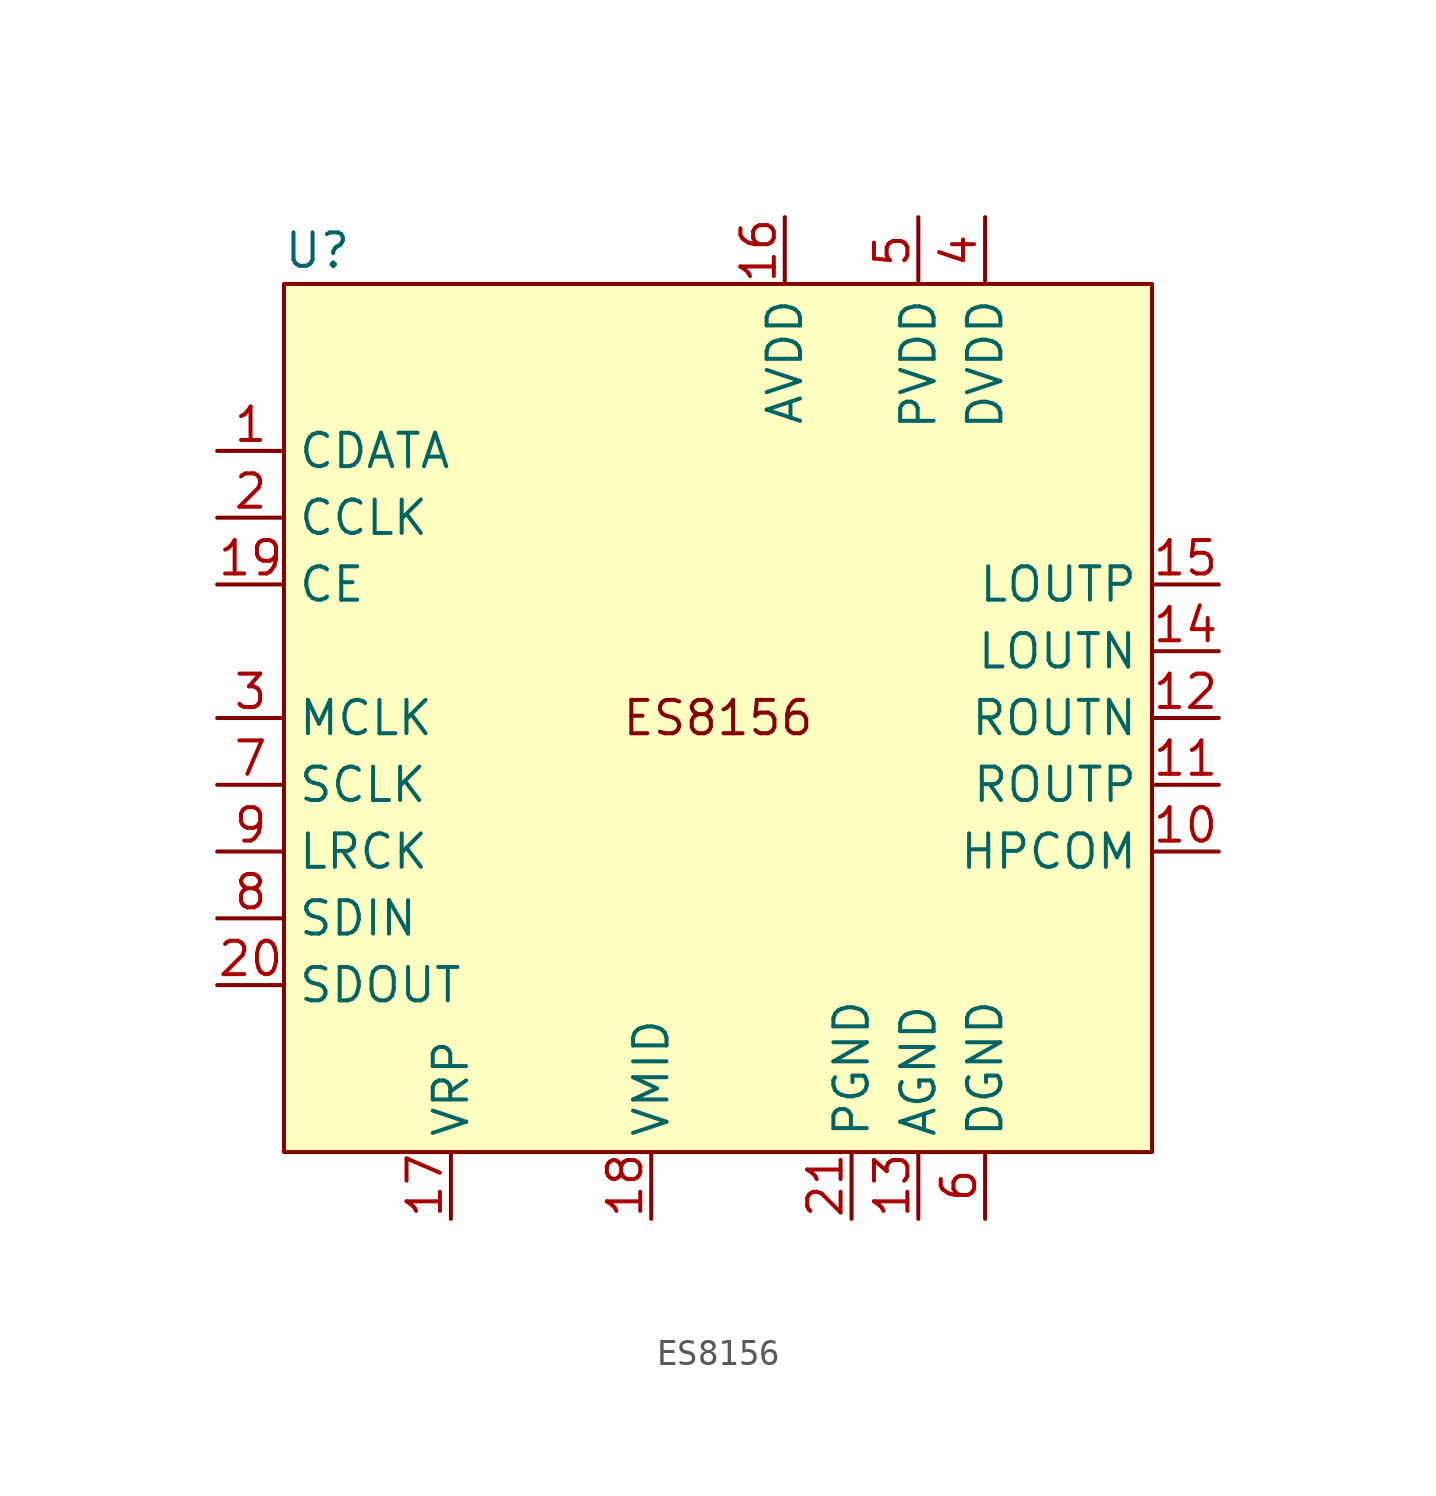
<source format=kicad_sym>
(kicad_symbol_lib
  (version 20231120)
  (generator "kicad_symbol_editor")
  (generator_version "8.0")
  (symbol "ES8156"
    (property "Reference" "U"
      (at -15.24 17.78 0)
      (effects (font (size 1.27 1.27))))
    (property "Value" ""
      (at 0 0 0)
      (effects (font (size 1.27 1.27))))
    (symbol "ES8156_1_1"
      (rectangle (start -16.51 16.51) (end 16.51 -16.51) (stroke (width 0) (type default)) (fill (type background)))
      (text "ES8156" (at 0 0 0) (effects (font (size 1.27 1.27))))
      (pin input line (at -19.05 10.16 0) (length 2.54) (name "CDATA" (effects (font (size 1.27 1.27)))) (number "1" (effects (font (size 1.27 1.27)))))
      (pin output line (at 19.05 -5.08 180) (length 2.54) (name "HPCOM" (effects (font (size 1.27 1.27)))) (number "10" (effects (font (size 1.27 1.27)))))
      (pin output line (at 19.05 -2.54 180) (length 2.54) (name "ROUTP" (effects (font (size 1.27 1.27)))) (number "11" (effects (font (size 1.27 1.27)))))
      (pin output line (at 19.05 0 180) (length 2.54) (name "ROUTN" (effects (font (size 1.27 1.27)))) (number "12" (effects (font (size 1.27 1.27)))))
      (pin power_in line (at 7.62 -19.05 90) (length 2.54) (name "AGND" (effects (font (size 1.27 1.27)))) (number "13" (effects (font (size 1.27 1.27)))))
      (pin output line (at 19.05 2.54 180) (length 2.54) (name "LOUTN" (effects (font (size 1.27 1.27)))) (number "14" (effects (font (size 1.27 1.27)))))
      (pin output line (at 19.05 5.08 180) (length 2.54) (name "LOUTP" (effects (font (size 1.27 1.27)))) (number "15" (effects (font (size 1.27 1.27)))))
      (pin power_in line (at 2.54 19.05 270) (length 2.54) (name "AVDD" (effects (font (size 1.27 1.27)))) (number "16" (effects (font (size 1.27 1.27)))))
      (pin power_in line (at -10.16 -19.05 90) (length 2.54) (name "VRP" (effects (font (size 1.27 1.27)))) (number "17" (effects (font (size 1.27 1.27)))))
      (pin power_in line (at -2.54 -19.05 90) (length 2.54) (name "VMID" (effects (font (size 1.27 1.27)))) (number "18" (effects (font (size 1.27 1.27)))))
      (pin input line (at -19.05 5.08 0) (length 2.54) (name "CE" (effects (font (size 1.27 1.27)))) (number "19" (effects (font (size 1.27 1.27)))))
      (pin input line (at -19.05 7.62 0) (length 2.54) (name "CCLK" (effects (font (size 1.27 1.27)))) (number "2" (effects (font (size 1.27 1.27)))))
      (pin output line (at -19.05 -10.16 0) (length 2.54) (name "SDOUT" (effects (font (size 1.27 1.27)))) (number "20" (effects (font (size 1.27 1.27)))))
      (pin power_in line (at 5.08 -19.05 90) (length 2.54) (name "PGND" (effects (font (size 1.27 1.27)))) (number "21" (effects (font (size 1.27 1.27)))))
      (pin input line (at -19.05 0 0) (length 2.54) (name "MCLK" (effects (font (size 1.27 1.27)))) (number "3" (effects (font (size 1.27 1.27)))))
      (pin power_in line (at 10.16 19.05 270) (length 2.54) (name "DVDD" (effects (font (size 1.27 1.27)))) (number "4" (effects (font (size 1.27 1.27)))))
      (pin power_in line (at 7.62 19.05 270) (length 2.54) (name "PVDD" (effects (font (size 1.27 1.27)))) (number "5" (effects (font (size 1.27 1.27)))))
      (pin power_in line (at 10.16 -19.05 90) (length 2.54) (name "DGND" (effects (font (size 1.27 1.27)))) (number "6" (effects (font (size 1.27 1.27)))))
      (pin input line (at -19.05 -2.54 0) (length 2.54) (name "SCLK" (effects (font (size 1.27 1.27)))) (number "7" (effects (font (size 1.27 1.27)))))
      (pin input line (at -19.05 -7.62 0) (length 2.54) (name "SDIN" (effects (font (size 1.27 1.27)))) (number "8" (effects (font (size 1.27 1.27)))))
      (pin input line (at -19.05 -5.08 0) (length 2.54) (name "LRCK" (effects (font (size 1.27 1.27)))) (number "9" (effects (font (size 1.27 1.27))))))))
</source>
